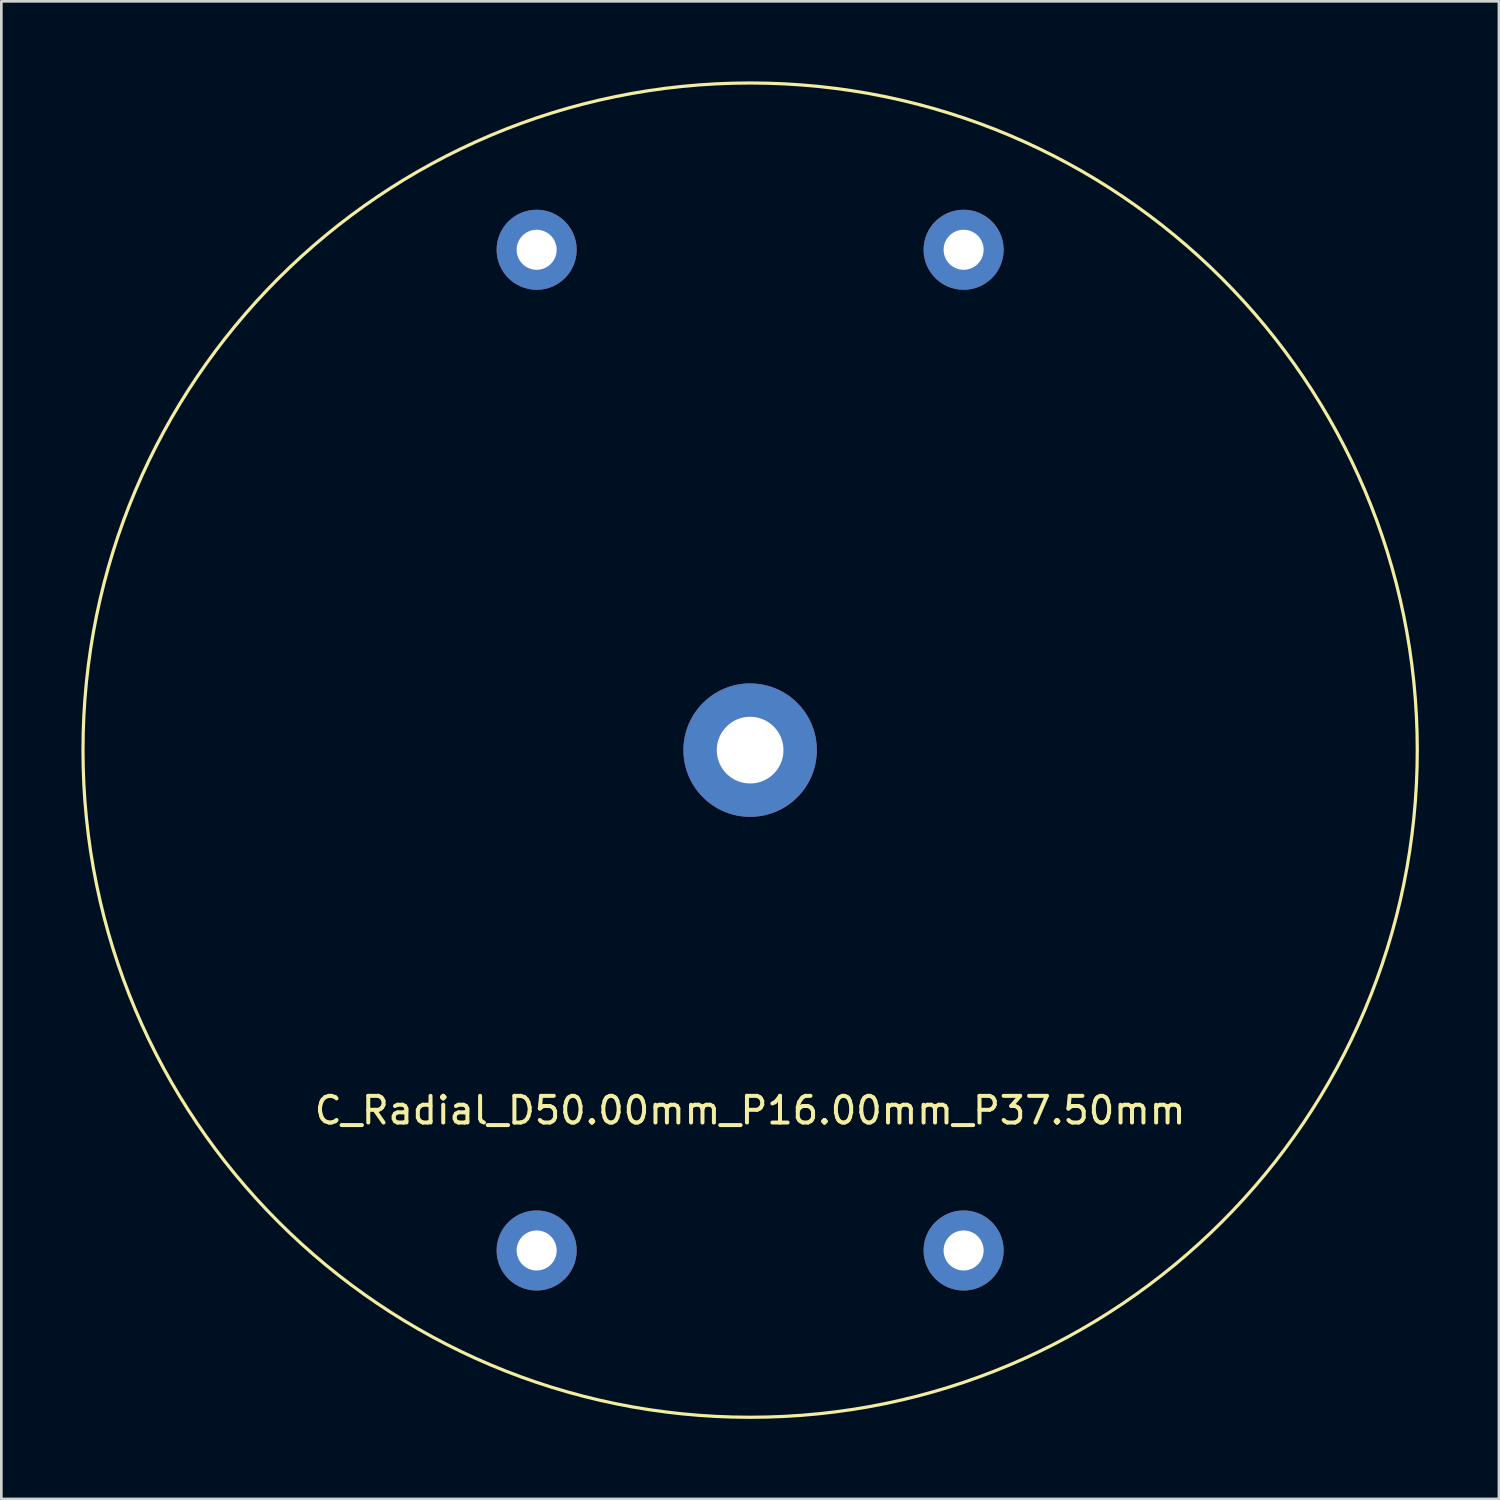
<source format=kicad_pcb>
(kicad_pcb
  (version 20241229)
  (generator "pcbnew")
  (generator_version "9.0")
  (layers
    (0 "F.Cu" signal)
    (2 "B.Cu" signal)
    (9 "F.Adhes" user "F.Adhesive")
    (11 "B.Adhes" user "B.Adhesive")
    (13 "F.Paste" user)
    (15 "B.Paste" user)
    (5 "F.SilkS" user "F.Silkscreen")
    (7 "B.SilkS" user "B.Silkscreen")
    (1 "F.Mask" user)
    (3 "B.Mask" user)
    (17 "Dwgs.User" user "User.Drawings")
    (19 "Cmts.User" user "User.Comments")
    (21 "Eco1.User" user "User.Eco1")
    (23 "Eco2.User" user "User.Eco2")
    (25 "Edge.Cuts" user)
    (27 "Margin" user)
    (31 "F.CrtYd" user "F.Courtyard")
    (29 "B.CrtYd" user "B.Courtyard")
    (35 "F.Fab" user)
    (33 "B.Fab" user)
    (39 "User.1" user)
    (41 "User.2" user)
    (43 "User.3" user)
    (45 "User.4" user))
  (footprint "C_Radial_D50.00mm_P16.00mm_P37.50mm"
    (layer "F.Cu")
    (at 25.06 25.06)
    (property "Reference" "C_Radial_D50.00mm_P16.00mm_P37.50mm" (at 0 13.5 0) (layer "F.SilkS") (effects (font (size 1 1) (thickness 0.15))))
    (attr through_hole)
    (fp_circle (center 0 0) (end 0 25) (stroke (width 0.12) (type solid)) (fill no) (layer "F.SilkS"))
    (pad "1" thru_hole circle (at -8 -18.75) (size 3 3) (drill 1.5) (layers "*.Cu" "*.Mask"))
    (pad "1" thru_hole circle (at -8 18.75) (size 3 3) (drill 1.5) (layers "*.Cu" "*.Mask"))
    (pad "1" thru_hole circle (at 8 -18.75) (size 3 3) (drill 1.5) (layers "*.Cu" "*.Mask"))
    (pad "1" thru_hole circle (at 8 18.75) (size 3 3) (drill 1.5) (layers "*.Cu" "*.Mask"))
    (pad "2" thru_hole circle (at 0 0) (size 5 5) (drill 2.5) (layers "*.Cu" "*.Mask")))
  (gr_rect
    (start -3 -3)
    (end 53.12 53.12)
    (stroke (width 0.1) (type default))
    (fill no)
    (layer "Edge.Cuts")))
</source>
